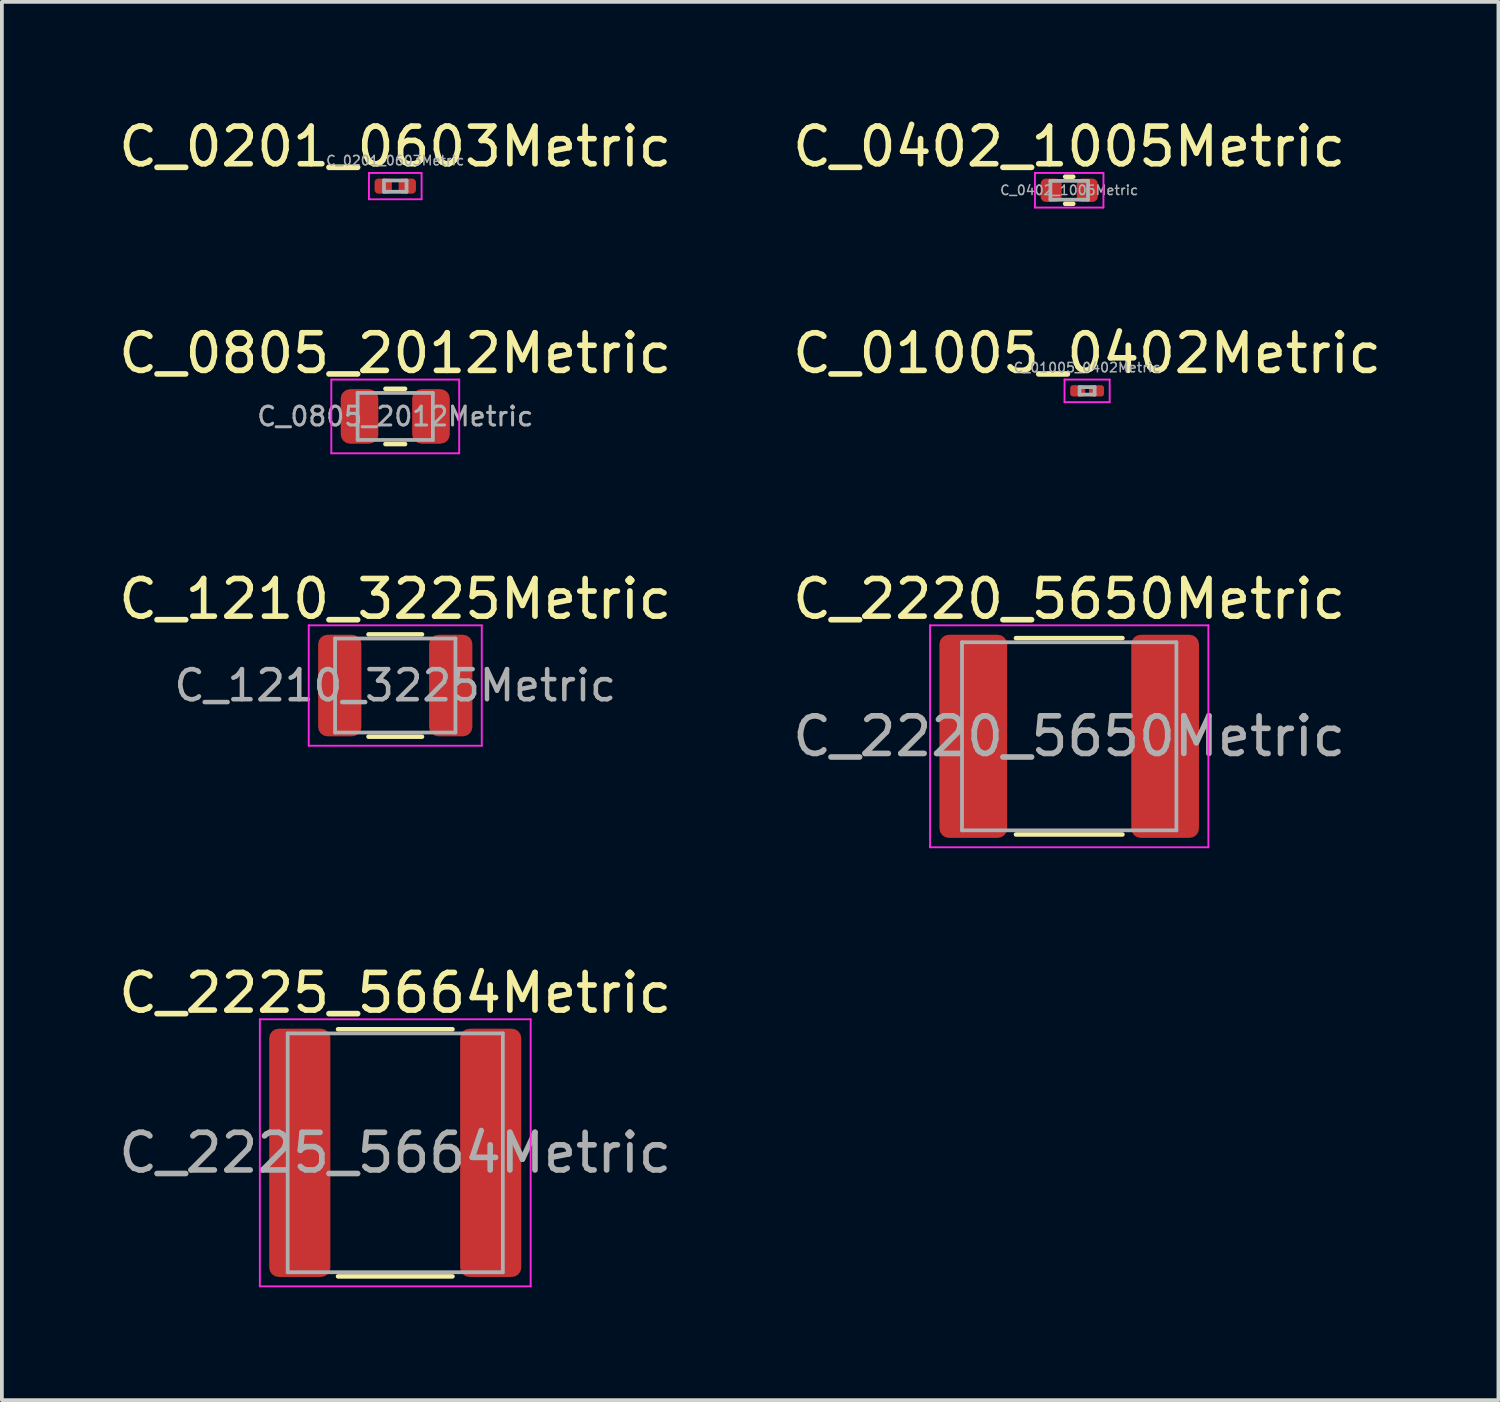
<source format=kicad_pcb>
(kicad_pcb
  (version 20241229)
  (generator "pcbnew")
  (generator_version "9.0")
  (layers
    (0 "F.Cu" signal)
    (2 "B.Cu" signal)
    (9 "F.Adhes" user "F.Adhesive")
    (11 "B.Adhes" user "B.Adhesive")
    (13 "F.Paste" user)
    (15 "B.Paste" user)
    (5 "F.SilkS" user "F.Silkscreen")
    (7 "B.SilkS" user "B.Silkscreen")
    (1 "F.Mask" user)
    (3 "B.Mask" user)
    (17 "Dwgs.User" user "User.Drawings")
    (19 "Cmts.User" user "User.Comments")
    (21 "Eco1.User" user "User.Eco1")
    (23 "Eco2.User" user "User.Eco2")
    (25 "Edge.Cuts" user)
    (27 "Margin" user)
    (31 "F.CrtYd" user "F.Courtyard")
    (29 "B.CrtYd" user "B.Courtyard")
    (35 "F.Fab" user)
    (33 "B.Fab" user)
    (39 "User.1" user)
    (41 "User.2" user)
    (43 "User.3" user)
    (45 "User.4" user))
  (footprint "C_0201_0603Metric"
    (layer "F.Cu")
    (at 7.458 1.898)
    (property "Reference" "C_0201_0603Metric" (at 0 -1.05 0) (layer "F.SilkS") (effects (font (size 1 1) (thickness 0.15))))
    (attr smd)
    (fp_line (start -0.7 -0.35) (end 0.7 -0.35) (stroke (width 0.05) (type solid)) (layer "F.CrtYd"))
    (fp_line (start -0.7 0.35) (end -0.7 -0.35) (stroke (width 0.05) (type solid)) (layer "F.CrtYd"))
    (fp_line (start 0.7 -0.35) (end 0.7 0.35) (stroke (width 0.05) (type solid)) (layer "F.CrtYd"))
    (fp_line (start 0.7 0.35) (end -0.7 0.35) (stroke (width 0.05) (type solid)) (layer "F.CrtYd"))
    (fp_line (start -0.3 -0.15) (end 0.3 -0.15) (stroke (width 0.1) (type solid)) (layer "F.Fab"))
    (fp_line (start -0.3 0.15) (end -0.3 -0.15) (stroke (width 0.1) (type solid)) (layer "F.Fab"))
    (fp_line (start 0.3 -0.15) (end 0.3 0.15) (stroke (width 0.1) (type solid)) (layer "F.Fab"))
    (fp_line (start 0.3 0.15) (end -0.3 0.15) (stroke (width 0.1) (type solid)) (layer "F.Fab"))
    (fp_text user "${REFERENCE}" (at 0 -0.68 0) (layer "F.Fab") (effects (font (size 0.25 0.25) (thickness 0.04))))
    (pad "" smd roundrect (at -0.345 0) (size 0.318 0.36) (layers "F.Paste") (roundrect_rratio 0.25))
    (pad "" smd roundrect (at 0.345 0) (size 0.318 0.36) (layers "F.Paste") (roundrect_rratio 0.25))
    (pad "1" smd roundrect (at -0.32 0) (size 0.46 0.4) (layers "F.Cu" "F.Mask") (roundrect_rratio 0.25))
    (pad "2" smd roundrect (at 0.32 0) (size 0.46 0.4) (layers "F.Cu" "F.Mask") (roundrect_rratio 0.25)))
  (footprint "C_0402_1005Metric"
    (layer "F.Cu")
    (at 25.375 2.008)
    (property "Reference" "C_0402_1005Metric" (at 0 -1.16 0) (layer "F.SilkS") (effects (font (size 1 1) (thickness 0.15))))
    (attr smd)
    (fp_line (start -0.108 -0.36) (end 0.108 -0.36) (stroke (width 0.12) (type solid)) (layer "F.SilkS"))
    (fp_line (start -0.108 0.36) (end 0.108 0.36) (stroke (width 0.12) (type solid)) (layer "F.SilkS"))
    (fp_line (start -0.91 -0.46) (end 0.91 -0.46) (stroke (width 0.05) (type solid)) (layer "F.CrtYd"))
    (fp_line (start -0.91 0.46) (end -0.91 -0.46) (stroke (width 0.05) (type solid)) (layer "F.CrtYd"))
    (fp_line (start 0.91 -0.46) (end 0.91 0.46) (stroke (width 0.05) (type solid)) (layer "F.CrtYd"))
    (fp_line (start 0.91 0.46) (end -0.91 0.46) (stroke (width 0.05) (type solid)) (layer "F.CrtYd"))
    (fp_line (start -0.5 -0.25) (end 0.5 -0.25) (stroke (width 0.1) (type solid)) (layer "F.Fab"))
    (fp_line (start -0.5 0.25) (end -0.5 -0.25) (stroke (width 0.1) (type solid)) (layer "F.Fab"))
    (fp_line (start 0.5 -0.25) (end 0.5 0.25) (stroke (width 0.1) (type solid)) (layer "F.Fab"))
    (fp_line (start 0.5 0.25) (end -0.5 0.25) (stroke (width 0.1) (type solid)) (layer "F.Fab"))
    (fp_text user "${REFERENCE}" (at 0 0 0) (layer "F.Fab") (effects (font (size 0.25 0.25) (thickness 0.04))))
    (pad "1" smd roundrect (at -0.48 0) (size 0.56 0.62) (layers "F.Cu" "F.Mask" "F.Paste") (roundrect_rratio 0.25))
    (pad "2" smd roundrect (at 0.48 0) (size 0.56 0.62) (layers "F.Cu" "F.Mask" "F.Paste") (roundrect_rratio 0.25)))
  (footprint "C_2220_5650Metric"
    (layer "F.Cu")
    (at 25.375 16.525)
    (property "Reference" "C_2220_5650Metric" (at 0 -3.65 0) (layer "F.SilkS") (effects (font (size 1 1) (thickness 0.15))))
    (attr smd)
    (fp_line (start -1.416 -2.61) (end 1.416 -2.61) (stroke (width 0.12) (type solid)) (layer "F.SilkS"))
    (fp_line (start -1.416 2.61) (end 1.416 2.61) (stroke (width 0.12) (type solid)) (layer "F.SilkS"))
    (fp_line (start -3.7 -2.95) (end 3.7 -2.95) (stroke (width 0.05) (type solid)) (layer "F.CrtYd"))
    (fp_line (start -3.7 2.95) (end -3.7 -2.95) (stroke (width 0.05) (type solid)) (layer "F.CrtYd"))
    (fp_line (start 3.7 -2.95) (end 3.7 2.95) (stroke (width 0.05) (type solid)) (layer "F.CrtYd"))
    (fp_line (start 3.7 2.95) (end -3.7 2.95) (stroke (width 0.05) (type solid)) (layer "F.CrtYd"))
    (fp_line (start -2.85 -2.5) (end 2.85 -2.5) (stroke (width 0.1) (type solid)) (layer "F.Fab"))
    (fp_line (start -2.85 2.5) (end -2.85 -2.5) (stroke (width 0.1) (type solid)) (layer "F.Fab"))
    (fp_line (start 2.85 -2.5) (end 2.85 2.5) (stroke (width 0.1) (type solid)) (layer "F.Fab"))
    (fp_line (start 2.85 2.5) (end -2.85 2.5) (stroke (width 0.1) (type solid)) (layer "F.Fab"))
    (fp_text user "${REFERENCE}" (at 0 0 0) (layer "F.Fab") (effects (font (size 1 1) (thickness 0.15))))
    (pad "1" smd roundrect (at -2.55 0) (size 1.8 5.4) (layers "F.Cu" "F.Mask" "F.Paste") (roundrect_rratio 0.139))
    (pad "2" smd roundrect (at 2.55 0) (size 1.8 5.4) (layers "F.Cu" "F.Mask" "F.Paste") (roundrect_rratio 0.139)))
  (footprint "C_2225_5664Metric"
    (layer "F.Cu")
    (at 7.458 27.598)
    (property "Reference" "C_2225_5664Metric" (at 0 -4.25 0) (layer "F.SilkS") (effects (font (size 1 1) (thickness 0.15))))
    (attr smd)
    (fp_line (start -1.522 -3.285) (end 1.522 -3.285) (stroke (width 0.12) (type solid)) (layer "F.SilkS"))
    (fp_line (start -1.522 3.285) (end 1.522 3.285) (stroke (width 0.12) (type solid)) (layer "F.SilkS"))
    (fp_line (start -3.6 -3.55) (end 3.6 -3.55) (stroke (width 0.05) (type solid)) (layer "F.CrtYd"))
    (fp_line (start -3.6 3.55) (end -3.6 -3.55) (stroke (width 0.05) (type solid)) (layer "F.CrtYd"))
    (fp_line (start 3.6 -3.55) (end 3.6 3.55) (stroke (width 0.05) (type solid)) (layer "F.CrtYd"))
    (fp_line (start 3.6 3.55) (end -3.6 3.55) (stroke (width 0.05) (type solid)) (layer "F.CrtYd"))
    (fp_line (start -2.86 -3.175) (end 2.86 -3.175) (stroke (width 0.1) (type solid)) (layer "F.Fab"))
    (fp_line (start -2.86 3.175) (end -2.86 -3.175) (stroke (width 0.1) (type solid)) (layer "F.Fab"))
    (fp_line (start 2.86 -3.175) (end 2.86 3.175) (stroke (width 0.1) (type solid)) (layer "F.Fab"))
    (fp_line (start 2.86 3.175) (end -2.86 3.175) (stroke (width 0.1) (type solid)) (layer "F.Fab"))
    (fp_text user "${REFERENCE}" (at 0 0 0) (layer "F.Fab") (effects (font (size 1 1) (thickness 0.15))))
    (pad "1" smd roundrect (at -2.538 0) (size 1.625 6.6) (layers "F.Cu" "F.Mask" "F.Paste") (roundrect_rratio 0.154))
    (pad "2" smd roundrect (at 2.538 0) (size 1.625 6.6) (layers "F.Cu" "F.Mask" "F.Paste") (roundrect_rratio 0.154)))
  (footprint "C_1210_3225Metric"
    (layer "F.Cu")
    (at 7.458 15.175)
    (property "Reference" "C_1210_3225Metric" (at 0 -2.3 0) (layer "F.SilkS") (effects (font (size 1 1) (thickness 0.15))))
    (attr smd)
    (fp_line (start -0.711 -1.36) (end 0.711 -1.36) (stroke (width 0.12) (type solid)) (layer "F.SilkS"))
    (fp_line (start -0.711 1.36) (end 0.711 1.36) (stroke (width 0.12) (type solid)) (layer "F.SilkS"))
    (fp_line (start -2.3 -1.6) (end 2.3 -1.6) (stroke (width 0.05) (type solid)) (layer "F.CrtYd"))
    (fp_line (start -2.3 1.6) (end -2.3 -1.6) (stroke (width 0.05) (type solid)) (layer "F.CrtYd"))
    (fp_line (start 2.3 -1.6) (end 2.3 1.6) (stroke (width 0.05) (type solid)) (layer "F.CrtYd"))
    (fp_line (start 2.3 1.6) (end -2.3 1.6) (stroke (width 0.05) (type solid)) (layer "F.CrtYd"))
    (fp_line (start -1.6 -1.25) (end 1.6 -1.25) (stroke (width 0.1) (type solid)) (layer "F.Fab"))
    (fp_line (start -1.6 1.25) (end -1.6 -1.25) (stroke (width 0.1) (type solid)) (layer "F.Fab"))
    (fp_line (start 1.6 -1.25) (end 1.6 1.25) (stroke (width 0.1) (type solid)) (layer "F.Fab"))
    (fp_line (start 1.6 1.25) (end -1.6 1.25) (stroke (width 0.1) (type solid)) (layer "F.Fab"))
    (fp_text user "${REFERENCE}" (at 0 0 0) (layer "F.Fab") (effects (font (size 0.8 0.8) (thickness 0.12))))
    (pad "1" smd roundrect (at -1.475 0) (size 1.15 2.7) (layers "F.Cu" "F.Mask" "F.Paste") (roundrect_rratio 0.217))
    (pad "2" smd roundrect (at 1.475 0) (size 1.15 2.7) (layers "F.Cu" "F.Mask" "F.Paste") (roundrect_rratio 0.217)))
  (footprint "C_01005_0402Metric"
    (layer "F.Cu")
    (at 25.851 7.341)
    (property "Reference" "C_01005_0402Metric" (at 0 -1 0) (layer "F.SilkS") (effects (font (size 1 1) (thickness 0.15))))
    (attr smd)
    (fp_line (start -0.6 -0.3) (end 0.6 -0.3) (stroke (width 0.05) (type solid)) (layer "F.CrtYd"))
    (fp_line (start -0.6 0.3) (end -0.6 -0.3) (stroke (width 0.05) (type solid)) (layer "F.CrtYd"))
    (fp_line (start 0.6 -0.3) (end 0.6 0.3) (stroke (width 0.05) (type solid)) (layer "F.CrtYd"))
    (fp_line (start 0.6 0.3) (end -0.6 0.3) (stroke (width 0.05) (type solid)) (layer "F.CrtYd"))
    (fp_line (start -0.2 -0.1) (end 0.2 -0.1) (stroke (width 0.1) (type solid)) (layer "F.Fab"))
    (fp_line (start -0.2 0.1) (end -0.2 -0.1) (stroke (width 0.1) (type solid)) (layer "F.Fab"))
    (fp_line (start 0.2 -0.1) (end 0.2 0.1) (stroke (width 0.1) (type solid)) (layer "F.Fab"))
    (fp_line (start 0.2 0.1) (end -0.2 0.1) (stroke (width 0.1) (type solid)) (layer "F.Fab"))
    (fp_text user "${REFERENCE}" (at 0 -0.62 0) (layer "F.Fab") (effects (font (size 0.25 0.25) (thickness 0.04))))
    (pad "" smd roundrect (at -0.275 0) (size 0.27 0.27) (layers "F.Paste") (roundrect_rratio 0.25))
    (pad "" smd roundrect (at 0.275 0) (size 0.27 0.27) (layers "F.Paste") (roundrect_rratio 0.25))
    (pad "1" smd roundrect (at -0.25 0) (size 0.4 0.3) (layers "F.Cu" "F.Mask") (roundrect_rratio 0.25))
    (pad "2" smd roundrect (at 0.25 0) (size 0.4 0.3) (layers "F.Cu" "F.Mask") (roundrect_rratio 0.25)))
  (footprint "C_0805_2012Metric"
    (layer "F.Cu")
    (at 7.458 8.021)
    (property "Reference" "C_0805_2012Metric" (at 0 -1.68 0) (layer "F.SilkS") (effects (font (size 1 1) (thickness 0.15))))
    (attr smd)
    (fp_line (start -0.261 -0.735) (end 0.261 -0.735) (stroke (width 0.12) (type solid)) (layer "F.SilkS"))
    (fp_line (start -0.261 0.735) (end 0.261 0.735) (stroke (width 0.12) (type solid)) (layer "F.SilkS"))
    (fp_line (start -1.7 -0.98) (end 1.7 -0.98) (stroke (width 0.05) (type solid)) (layer "F.CrtYd"))
    (fp_line (start -1.7 0.98) (end -1.7 -0.98) (stroke (width 0.05) (type solid)) (layer "F.CrtYd"))
    (fp_line (start 1.7 -0.98) (end 1.7 0.98) (stroke (width 0.05) (type solid)) (layer "F.CrtYd"))
    (fp_line (start 1.7 0.98) (end -1.7 0.98) (stroke (width 0.05) (type solid)) (layer "F.CrtYd"))
    (fp_line (start -1 -0.625) (end 1 -0.625) (stroke (width 0.1) (type solid)) (layer "F.Fab"))
    (fp_line (start -1 0.625) (end -1 -0.625) (stroke (width 0.1) (type solid)) (layer "F.Fab"))
    (fp_line (start 1 -0.625) (end 1 0.625) (stroke (width 0.1) (type solid)) (layer "F.Fab"))
    (fp_line (start 1 0.625) (end -1 0.625) (stroke (width 0.1) (type solid)) (layer "F.Fab"))
    (fp_text user "${REFERENCE}" (at 0 0 0) (layer "F.Fab") (effects (font (size 0.5 0.5) (thickness 0.08))))
    (pad "1" smd roundrect (at -0.95 0) (size 1 1.45) (layers "F.Cu" "F.Mask" "F.Paste") (roundrect_rratio 0.25))
    (pad "2" smd roundrect (at 0.95 0) (size 1 1.45) (layers "F.Cu" "F.Mask" "F.Paste") (roundrect_rratio 0.25)))
  (gr_rect
    (start -3 -3)
    (end 36.786 34.173)
    (stroke (width 0.1) (type default))
    (fill no)
    (layer "Edge.Cuts")))
</source>
